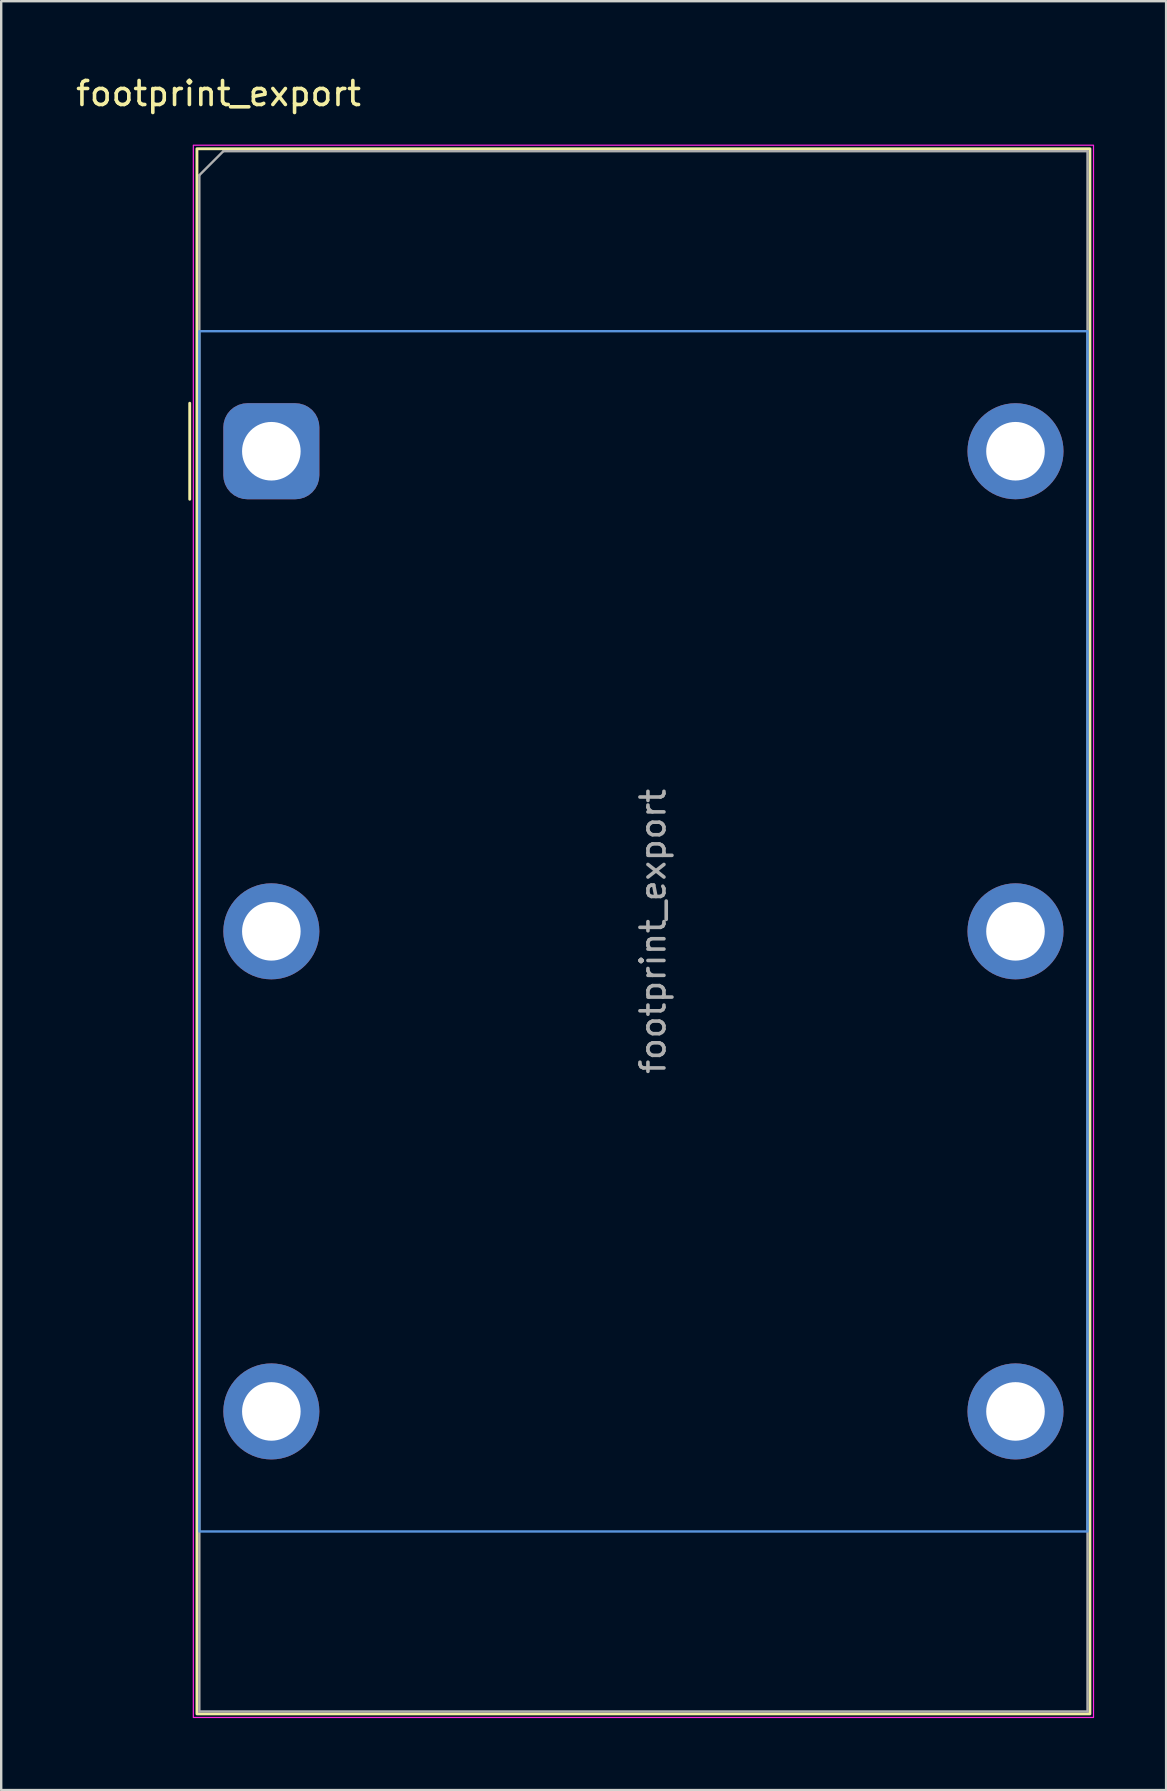
<source format=kicad_pcb>
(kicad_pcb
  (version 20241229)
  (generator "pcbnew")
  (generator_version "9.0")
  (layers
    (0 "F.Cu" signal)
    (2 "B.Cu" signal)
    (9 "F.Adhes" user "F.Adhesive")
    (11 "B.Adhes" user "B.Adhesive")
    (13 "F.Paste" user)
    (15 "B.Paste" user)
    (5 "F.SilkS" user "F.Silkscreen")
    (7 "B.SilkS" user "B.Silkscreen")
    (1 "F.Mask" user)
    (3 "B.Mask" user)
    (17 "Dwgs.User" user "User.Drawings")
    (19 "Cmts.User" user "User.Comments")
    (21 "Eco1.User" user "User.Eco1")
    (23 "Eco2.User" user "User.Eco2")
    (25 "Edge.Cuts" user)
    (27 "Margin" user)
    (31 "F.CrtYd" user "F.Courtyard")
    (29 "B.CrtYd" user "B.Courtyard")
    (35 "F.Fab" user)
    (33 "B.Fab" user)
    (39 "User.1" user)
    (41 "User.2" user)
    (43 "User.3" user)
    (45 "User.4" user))
  (footprint "footprint_export"
    (layer "F.Cu")
    (at 8.254 15.748)
    (property "Reference" "footprint_export" (at -2.2 -14.9 0) (layer "F.SilkS") (effects (font (size 1 1) (thickness 0.15))))
    (attr through_hole)
    (fp_line (start -3.4 -2) (end -3.4 2) (stroke (width 0.12) (type default)) (layer "F.SilkS"))
    (fp_rect (start -3.1 52.6) (end 34.1 -12.6) (stroke (width 0.12) (type default)) (fill no) (layer "F.SilkS"))
    (fp_rect (start -3 45) (end 34 -5) (stroke (width 0.1) (type default)) (fill no) (layer "Cmts.User"))
    (fp_rect (start -3.25 52.75) (end 34.25 -12.75) (stroke (width 0.05) (type default)) (fill no) (layer "F.CrtYd"))
    (fp_line (start -3 -11.5) (end -3 52.5) (stroke (width 0.1) (type default)) (layer "F.Fab"))
    (fp_line (start -3 -11.5) (end -2 -12.5) (stroke (width 0.1) (type default)) (layer "F.Fab"))
    (fp_line (start -3 52.5) (end 34 52.5) (stroke (width 0.1) (type default)) (layer "F.Fab"))
    (fp_line (start 34 -12.5) (end -2 -12.5) (stroke (width 0.1) (type default)) (layer "F.Fab"))
    (fp_line (start 34 -12.5) (end 34 52.5) (stroke (width 0.1) (type default)) (layer "F.Fab"))
    (fp_text user "${REFERENCE}" (at 15.9 20 90) (layer "F.Fab") (effects (font (size 1 1) (thickness 0.15))))
    (pad "1" thru_hole roundrect (at 0 0 90) (size 4 4) (drill 2.44) (layers "*.Cu" "*.Mask") (roundrect_rratio 0.25))
    (pad "2" thru_hole circle (at 0 20 90) (size 4 4) (drill 2.44) (layers "*.Cu" "*.Mask"))
    (pad "3" thru_hole circle (at 0 40 90) (size 4 4) (drill 2.44) (layers "*.Cu" "*.Mask"))
    (pad "4" thru_hole circle (at 31 40 90) (size 4 4) (drill 2.44) (layers "*.Cu" "*.Mask"))
    (pad "5" thru_hole circle (at 31 20 90) (size 4 4) (drill 2.44) (layers "*.Cu" "*.Mask"))
    (pad "6" thru_hole circle (at 31 0 90) (size 4 4) (drill 2.44) (layers "*.Cu" "*.Mask")))
  (gr_rect
    (start -3 -3)
    (end 45.529 71.523)
    (stroke (width 0.1) (type default))
    (fill no)
    (layer "Edge.Cuts")))
</source>
